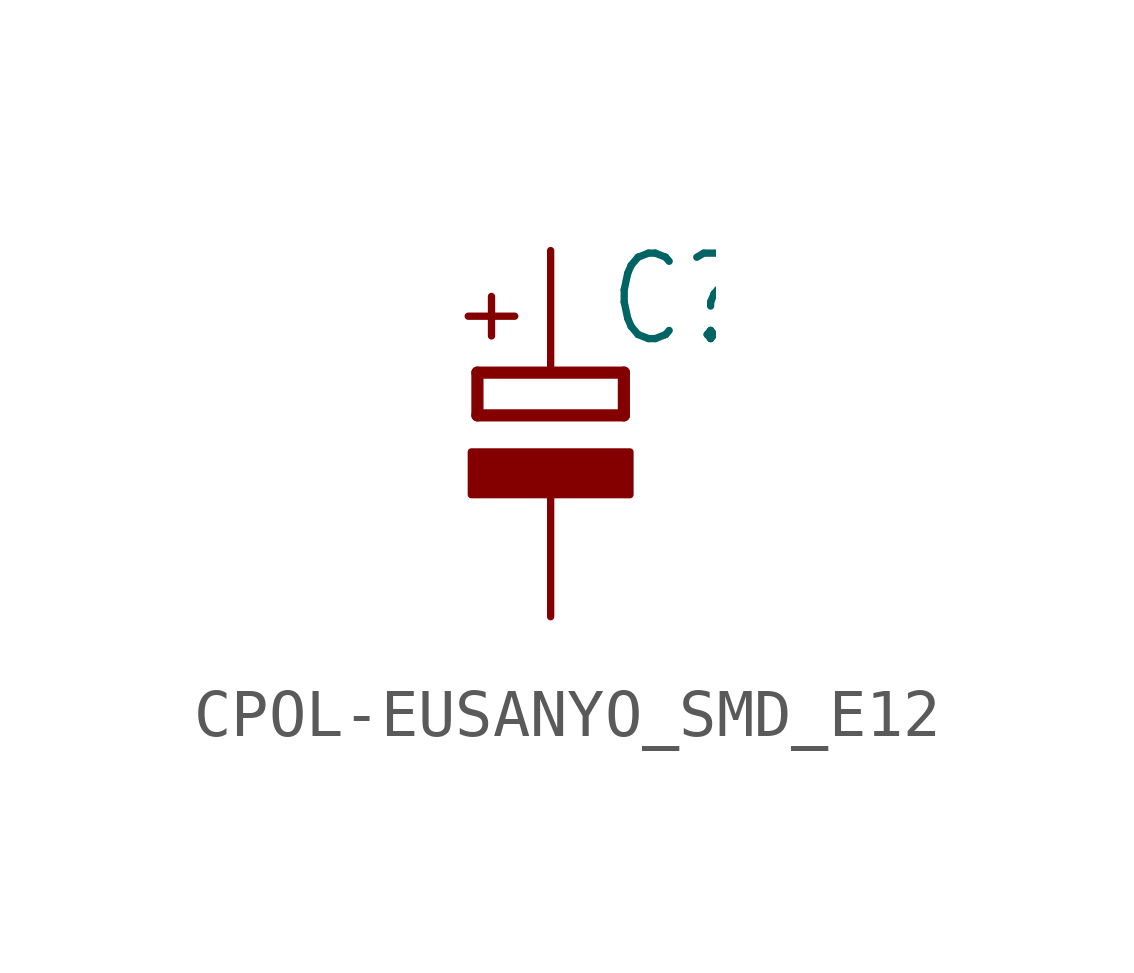
<source format=kicad_sym>
(kicad_symbol_lib
  (version 20231120)
  (generator "kicad_symbol_editor")
  (generator_version "8.0")
  (symbol "CPOL-EUSANYO_SMD_E12"
    (property "Reference" "C"
      (at 1.143 0.483 0)
      (effects (font (size 1.778 1.511)) (justify left bottom)))
    (property "Value" ""
      (at 1.143 -4.597 0)
      (effects (font (size 1.778 1.511)) (justify left bottom)))
    (property "ki_locked" ""
      (at 0 0 0)
      (effects (font (size 1.27 1.27))))
    (symbol "CPOL-EUSANYO_SMD_E12_1_0"
      (rectangle (start -1.651 -2.54) (end 1.651 -1.651) (stroke (width 0) (type default)) (fill (type outline)))
      (polyline (pts (xy -1.524 -0.889) (xy 1.524 -0.889)) (stroke (width 0.254) (type solid)) (fill (type none)))
      (polyline (pts (xy -1.524 0) (xy -1.524 -0.889)) (stroke (width 0.254) (type solid)) (fill (type none)))
      (polyline (pts (xy -1.524 0) (xy 1.524 0)) (stroke (width 0.254) (type solid)) (fill (type none)))
      (polyline (pts (xy 1.524 -0.889) (xy 1.524 0)) (stroke (width 0.254) (type solid)) (fill (type none)))
      (text "+" (at -0.584 0.406 900) (effects (font (size 1.27 1.079)) (justify left bottom)))
      (pin passive line (at 0 2.54 270) (length 2.54) (name "+" (effects (font (size 0 0)))) (number "+" (effects (font (size 0 0)))))
      (pin passive line (at 0 -5.08 90) (length 2.54) (name "-" (effects (font (size 0 0)))) (number "-" (effects (font (size 0 0))))))))
</source>
